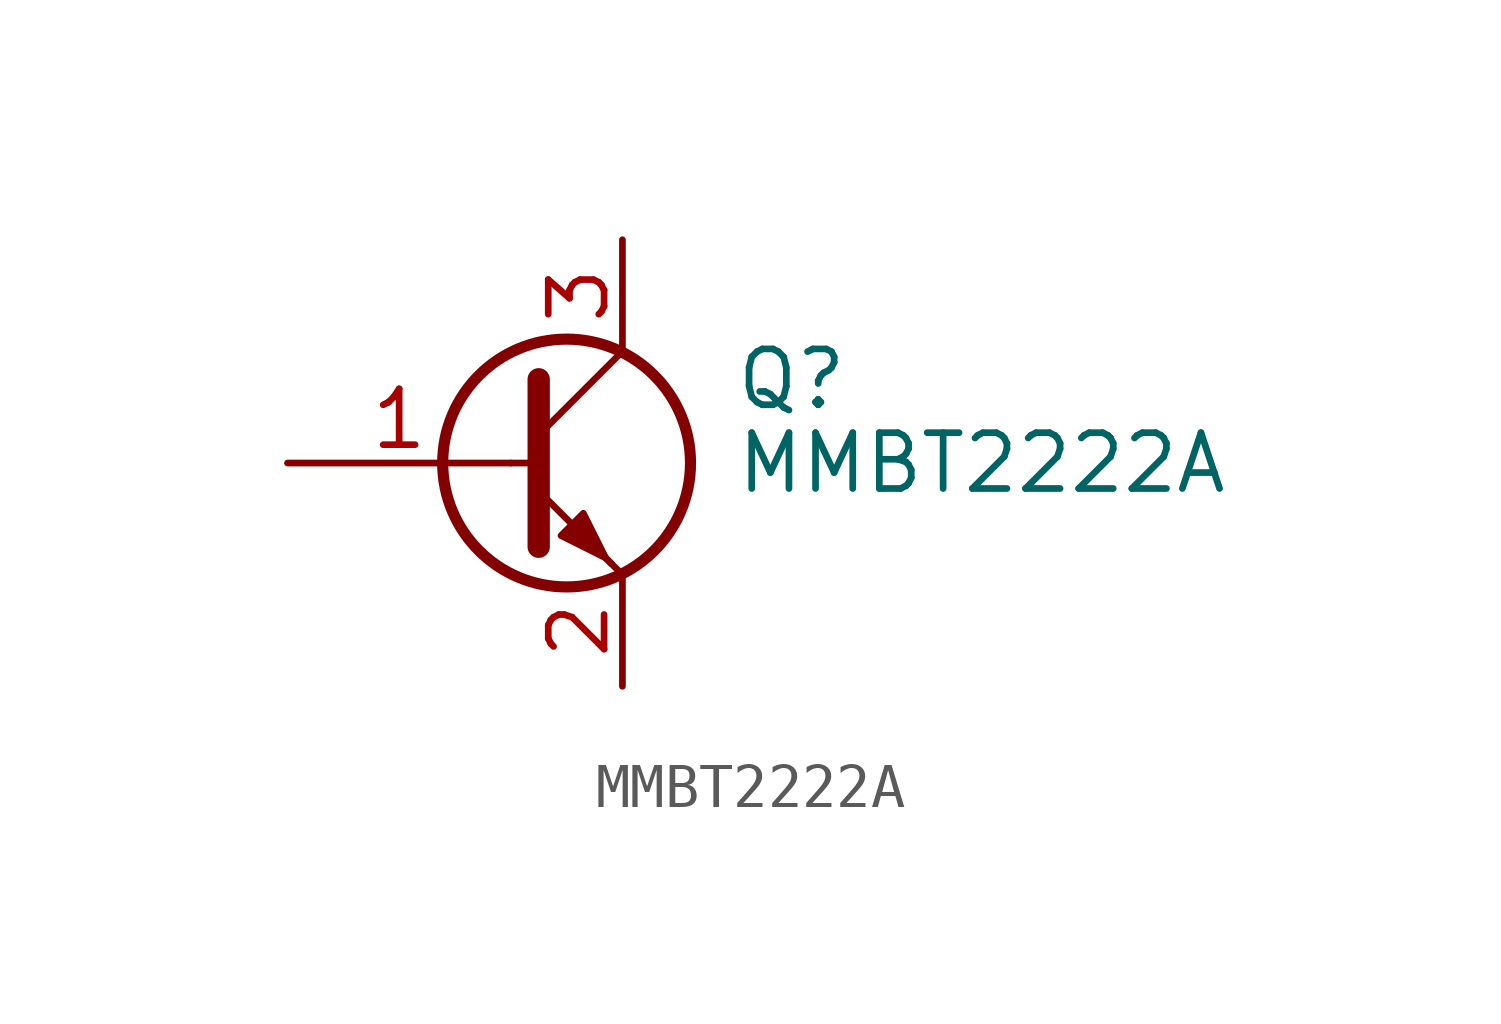
<source format=kicad_sym>
(kicad_symbol_lib
  (version 20211014)
  (generator kicad_symbol_editor)
  (symbol "MMBT2222A"
    (pin_names
      (offset 0) hide)
    (property "Reference" "Q"
      (at 5.08 1.905 0)
      (effects (font (size 1.27 1.27)) (justify left)))
    (property "Value" "MMBT2222A"
      (at 5.08 0 0)
      (effects (font (size 1.27 1.27)) (justify left)))
    (symbol "MMBT2222A_0_1"
      (polyline (pts (xy 0 0) (xy 0.635 0)) (stroke (width 0) (type default) (color 0 0 0 0)) (fill (type none)))
      (polyline (pts (xy 2.54 -2.54) (xy 0.635 -0.635)) (stroke (width 0) (type default) (color 0 0 0 0)) (fill (type none)))
      (polyline (pts (xy 2.54 2.54) (xy 0.635 0.635)) (stroke (width 0) (type default) (color 0 0 0 0)) (fill (type none)))
      (polyline (pts (xy 0.635 1.905) (xy 0.635 -1.905) (xy 0.635 -1.905)) (stroke (width 0.508) (type default) (color 0 0 0 0)) (fill (type none)))
      (polyline (pts (xy 2.286 -2.286) (xy 1.778 -1.778) (xy 1.778 -1.778)) (stroke (width 0) (type default) (color 0 0 0 0)) (fill (type none)))
      (polyline (pts (xy 1.143 -1.651) (xy 1.651 -1.143) (xy 2.159 -2.159) (xy 1.143 -1.651) (xy 1.143 -1.651)) (stroke (width 0) (type default) (color 0 0 0 0)) (fill (type outline)))
      (circle (center 1.27 0) (radius 2.819) (stroke (width 0.254) (type default) (color 0 0 0 0)) (fill (type none))))
    (symbol "MMBT2222A_1_1"
      (pin input line (at -5.08 0 0) (length 5.08) (name "B" (effects (font (size 1.27 1.27)))) (number "1" (effects (font (size 1.27 1.27)))))
      (pin passive line (at 2.54 -5.08 90) (length 2.54) (name "E" (effects (font (size 1.27 1.27)))) (number "2" (effects (font (size 1.27 1.27)))))
      (pin passive line (at 2.54 5.08 270) (length 2.54) (name "C" (effects (font (size 1.27 1.27)))) (number "3" (effects (font (size 1.27 1.27))))))))
</source>
